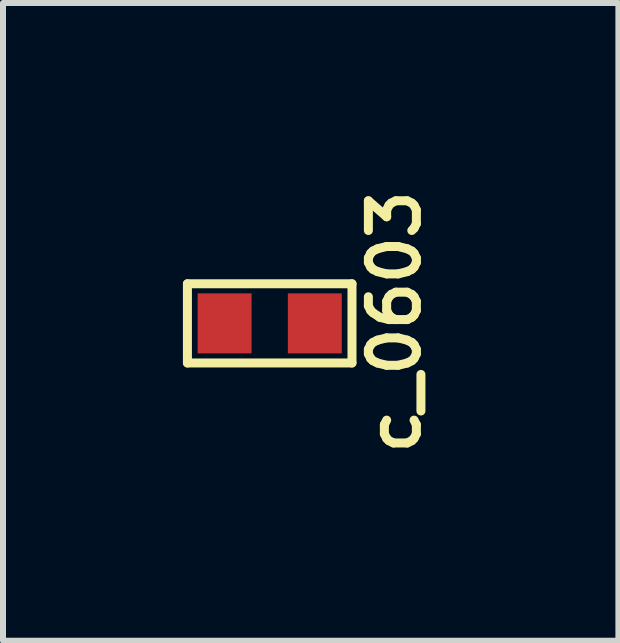
<source format=kicad_pcb>
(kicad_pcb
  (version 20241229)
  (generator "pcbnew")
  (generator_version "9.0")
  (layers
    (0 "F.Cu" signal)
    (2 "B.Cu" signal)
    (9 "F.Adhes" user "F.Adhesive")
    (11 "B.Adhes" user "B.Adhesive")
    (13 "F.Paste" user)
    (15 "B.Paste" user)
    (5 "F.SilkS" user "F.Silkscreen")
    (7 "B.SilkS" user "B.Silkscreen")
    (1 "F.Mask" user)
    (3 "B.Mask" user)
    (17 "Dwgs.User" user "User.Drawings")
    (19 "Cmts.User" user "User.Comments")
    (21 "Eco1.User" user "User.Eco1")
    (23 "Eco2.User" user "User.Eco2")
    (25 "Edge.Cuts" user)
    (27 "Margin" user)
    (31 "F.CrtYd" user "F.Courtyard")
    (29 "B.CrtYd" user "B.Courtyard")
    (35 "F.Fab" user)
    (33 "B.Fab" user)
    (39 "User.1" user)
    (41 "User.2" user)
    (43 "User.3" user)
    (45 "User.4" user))
  (footprint "c_0603"
    (layer "F.Cu")
    (at 1.447 2.342)
    (property "Reference" "c_0603" (at 2.083 -0.025 90) (layer "F.SilkS") (effects (font (size 0.8 0.8) (thickness 0.15))))
    (attr through_hole)
    (fp_line (start -1.372 0.66) (end -1.372 -0.66) (stroke (width 0.15) (type solid)) (layer "F.SilkS"))
    (fp_line (start -1.372 0.66) (end 1.372 0.66) (stroke (width 0.15) (type solid)) (layer "F.SilkS"))
    (fp_line (start 1.372 -0.66) (end -1.372 -0.66) (stroke (width 0.15) (type solid)) (layer "F.SilkS"))
    (fp_line (start 1.372 0.66) (end 1.372 -0.66) (stroke (width 0.15) (type solid)) (layer "F.SilkS"))
    (pad "1" smd rect (at 0.752 0) (size 0.899 1.001) (layers "F.Cu" "F.Mask" "F.Paste"))
    (pad "2" smd rect (at -0.752 0) (size 0.899 1.001) (layers "F.Cu" "F.Mask" "F.Paste")))
  (gr_rect
    (start -3 -3)
    (end 7.261 7.633)
    (stroke (width 0.1) (type default))
    (fill no)
    (layer "Edge.Cuts")))
</source>
